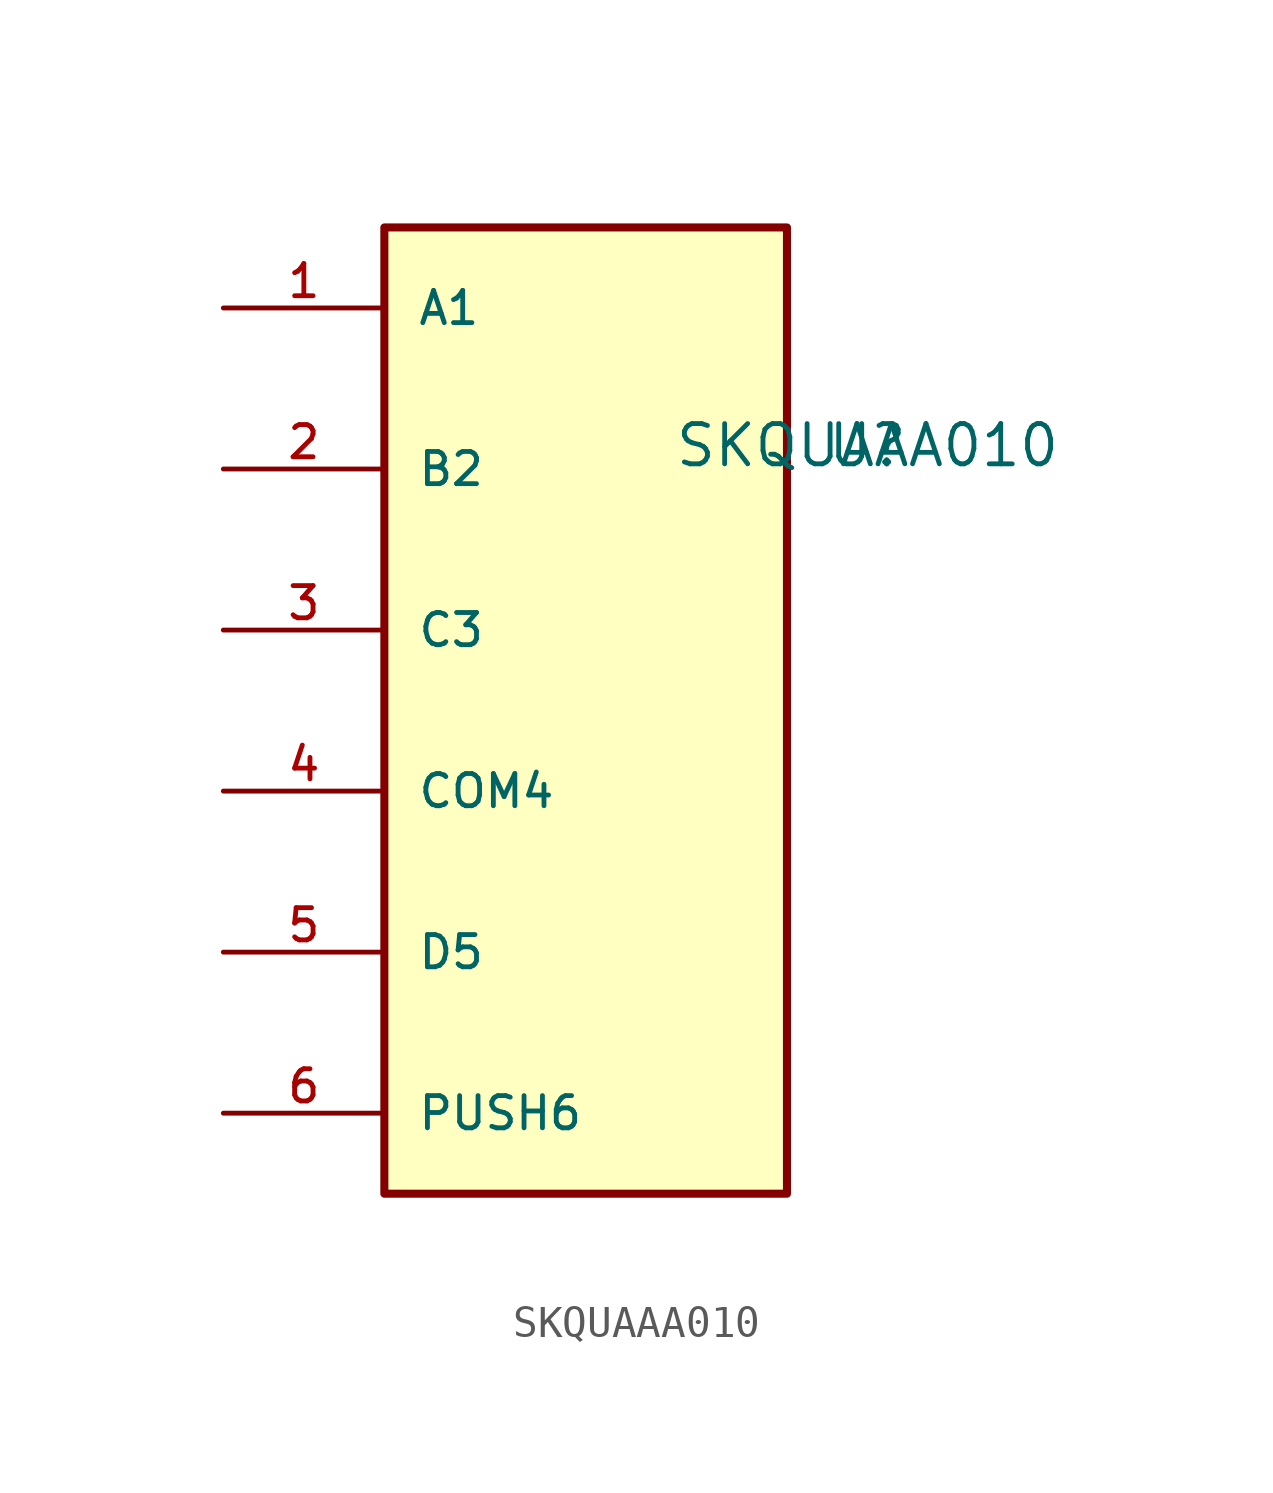
<source format=kicad_sym>
(kicad_symbol_lib
  (version 20211014)
  (generator kicad_symbol_editor)
  (symbol "SKQUAAA010"
    (pin_names
      (offset 1.016))
    (property "Reference" "U"
      (at 0 0 0)
      (effects (font (size 1.27 1.27)) (justify bottom)))
    (property "Value" "SKQUAAA010"
      (at 0 0.0 0)
      (effects (font (size 1.27 1.27)) (justify bottom)))
    (symbol "SKQUAAA010_0_0"
      (rectangle (start -15.24 -22.86) (end -2.54 7.62) (stroke (width 0.254)) (fill (type background)))
      (pin bidirectional line (at -20.32 5.08 0) (length 5.08) (name "A1" (effects (font (size 1.016 1.016)))) (number "1" (effects (font (size 1.016 1.016)))))
      (pin bidirectional line (at -20.32 0.0 0) (length 5.08) (name "B2" (effects (font (size 1.016 1.016)))) (number "2" (effects (font (size 1.016 1.016)))))
      (pin bidirectional line (at -20.32 -5.08 0) (length 5.08) (name "C3" (effects (font (size 1.016 1.016)))) (number "3" (effects (font (size 1.016 1.016)))))
      (pin bidirectional line (at -20.32 -10.16 0) (length 5.08) (name "COM4" (effects (font (size 1.016 1.016)))) (number "4" (effects (font (size 1.016 1.016)))))
      (pin bidirectional line (at -20.32 -15.24 0) (length 5.08) (name "D5" (effects (font (size 1.016 1.016)))) (number "5" (effects (font (size 1.016 1.016)))))
      (pin bidirectional line (at -20.32 -20.32 0) (length 5.08) (name "PUSH6" (effects (font (size 1.016 1.016)))) (number "6" (effects (font (size 1.016 1.016))))))))
</source>
